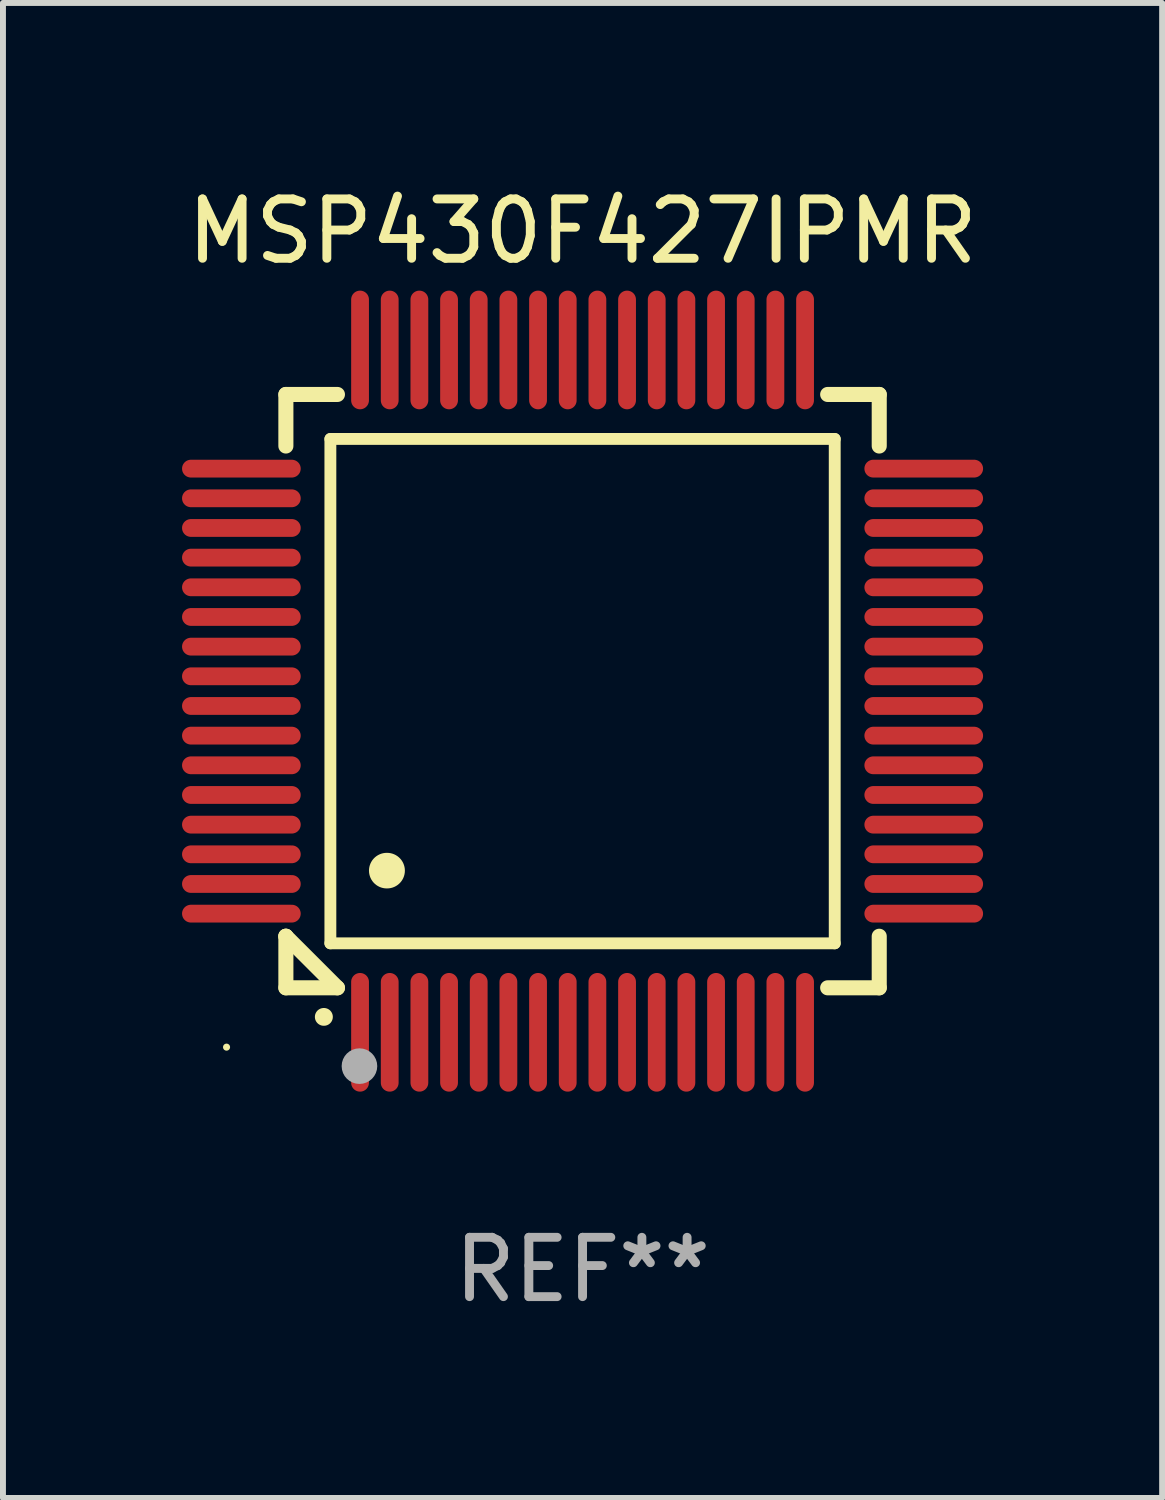
<source format=kicad_pcb>
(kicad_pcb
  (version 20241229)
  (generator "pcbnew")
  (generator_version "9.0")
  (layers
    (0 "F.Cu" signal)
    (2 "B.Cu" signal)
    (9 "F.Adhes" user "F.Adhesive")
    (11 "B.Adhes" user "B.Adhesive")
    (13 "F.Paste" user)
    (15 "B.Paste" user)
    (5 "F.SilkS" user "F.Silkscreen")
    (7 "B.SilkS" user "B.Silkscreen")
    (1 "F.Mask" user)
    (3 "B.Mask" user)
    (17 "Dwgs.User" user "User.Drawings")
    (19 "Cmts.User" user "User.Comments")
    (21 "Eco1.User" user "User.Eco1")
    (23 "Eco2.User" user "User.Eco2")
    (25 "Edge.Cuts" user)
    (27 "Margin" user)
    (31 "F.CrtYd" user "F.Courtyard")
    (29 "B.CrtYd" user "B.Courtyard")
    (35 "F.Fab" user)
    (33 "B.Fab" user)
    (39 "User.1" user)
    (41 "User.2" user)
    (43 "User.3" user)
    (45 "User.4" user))
  (footprint "MSP430F427IPMR"
    (layer "F.Cu")
    (at 6.768 8.598)
    (property "Reference" "MSP430F427IPMR" (at 0 -7.75 0) (layer "F.SilkS") (effects (font (size 1 1) (thickness 0.15))))
    (attr through_hole)
    (fp_line (start -5 -5) (end -4.131 -5) (stroke (width 0.254) (type solid)) (layer "F.SilkS"))
    (fp_line (start -5 -4.131) (end -5 -5) (stroke (width 0.254) (type solid)) (layer "F.SilkS"))
    (fp_line (start -5 4.131) (end -5 4.131) (stroke (width 0.254) (type solid)) (layer "F.SilkS"))
    (fp_line (start -5 5) (end -5 4.131) (stroke (width 0.254) (type solid)) (layer "F.SilkS"))
    (fp_line (start -5 4.131) (end -4.131 5) (stroke (width 0.254) (type solid)) (layer "F.SilkS"))
    (fp_line (start -4.25 -4.25) (end -4.25 4.25) (stroke (width 0.2) (type solid)) (layer "F.SilkS"))
    (fp_line (start -4.25 4.25) (end 4.25 4.25) (stroke (width 0.2) (type solid)) (layer "F.SilkS"))
    (fp_line (start -4.131 5) (end -5 5) (stroke (width 0.254) (type solid)) (layer "F.SilkS"))
    (fp_line (start 4.25 -4.25) (end -4.25 -4.25) (stroke (width 0.2) (type solid)) (layer "F.SilkS"))
    (fp_line (start 4.25 4.25) (end 4.25 -4.25) (stroke (width 0.2) (type solid)) (layer "F.SilkS"))
    (fp_line (start 5 -5) (end 4.131 -5) (stroke (width 0.254) (type solid)) (layer "F.SilkS"))
    (fp_line (start 5 -5) (end 5 -4.131) (stroke (width 0.254) (type solid)) (layer "F.SilkS"))
    (fp_line (start 5 4.131) (end 5 5) (stroke (width 0.254) (type solid)) (layer "F.SilkS"))
    (fp_line (start 5 5) (end 4.131 5) (stroke (width 0.254) (type solid)) (layer "F.SilkS"))
    (fp_arc (start -4.361265 5.489992) (mid -4.359995 5.489987) (end -4.358725 5.489992) (stroke (width 0.3) (type solid)) (layer "F.SilkS"))
    (fp_arc (start -3.299467 3.025146) (mid -3.296927 3.025135) (end -3.294387 3.025146) (stroke (width 0.6) (type solid)) (layer "F.SilkS"))
    (fp_circle (center -6 6) (end -5.97 6) (stroke (width 0.06) (type solid)) (fill no) (layer "F.SilkS"))
    (fp_circle (center -3.76 6.32) (end -3.61 6.32) (stroke (width 0.3) (type solid)) (fill no) (layer "F.Fab"))
    (fp_text user "REF**" (at 0 9.75 0) (layer "F.Fab") (effects (font (size 1 1) (thickness 0.15))))
    (pad "1" smd oval (at -3.75 5.75) (size 0.3 2) (layers "F.Cu" "F.Mask" "F.Paste"))
    (pad "2" smd oval (at -3.25 5.75) (size 0.3 2) (layers "F.Cu" "F.Mask" "F.Paste"))
    (pad "3" smd oval (at -2.75 5.75) (size 0.3 2) (layers "F.Cu" "F.Mask" "F.Paste"))
    (pad "4" smd oval (at -2.25 5.75) (size 0.3 2) (layers "F.Cu" "F.Mask" "F.Paste"))
    (pad "5" smd oval (at -1.75 5.75) (size 0.3 2) (layers "F.Cu" "F.Mask" "F.Paste"))
    (pad "6" smd oval (at -1.25 5.75) (size 0.3 2) (layers "F.Cu" "F.Mask" "F.Paste"))
    (pad "7" smd oval (at -0.75 5.75) (size 0.3 2) (layers "F.Cu" "F.Mask" "F.Paste"))
    (pad "8" smd oval (at -0.25 5.75) (size 0.3 2) (layers "F.Cu" "F.Mask" "F.Paste"))
    (pad "9" smd oval (at 0.25 5.75) (size 0.3 2) (layers "F.Cu" "F.Mask" "F.Paste"))
    (pad "10" smd oval (at 0.75 5.75) (size 0.3 2) (layers "F.Cu" "F.Mask" "F.Paste"))
    (pad "11" smd oval (at 1.25 5.75) (size 0.3 2) (layers "F.Cu" "F.Mask" "F.Paste"))
    (pad "12" smd oval (at 1.75 5.75) (size 0.3 2) (layers "F.Cu" "F.Mask" "F.Paste"))
    (pad "13" smd oval (at 2.25 5.75) (size 0.3 2) (layers "F.Cu" "F.Mask" "F.Paste"))
    (pad "14" smd oval (at 2.75 5.75) (size 0.3 2) (layers "F.Cu" "F.Mask" "F.Paste"))
    (pad "15" smd oval (at 3.25 5.75) (size 0.3 2) (layers "F.Cu" "F.Mask" "F.Paste"))
    (pad "16" smd oval (at 3.75 5.75) (size 0.3 2) (layers "F.Cu" "F.Mask" "F.Paste"))
    (pad "17" smd oval (at 5.75 3.75) (size 2 0.3) (layers "F.Cu" "F.Mask" "F.Paste"))
    (pad "18" smd oval (at 5.75 3.25) (size 2 0.3) (layers "F.Cu" "F.Mask" "F.Paste"))
    (pad "19" smd oval (at 5.75 2.75) (size 2 0.3) (layers "F.Cu" "F.Mask" "F.Paste"))
    (pad "20" smd oval (at 5.75 2.25) (size 2 0.3) (layers "F.Cu" "F.Mask" "F.Paste"))
    (pad "21" smd oval (at 5.75 1.75) (size 2 0.3) (layers "F.Cu" "F.Mask" "F.Paste"))
    (pad "22" smd oval (at 5.75 1.25) (size 2 0.3) (layers "F.Cu" "F.Mask" "F.Paste"))
    (pad "23" smd oval (at 5.75 0.75) (size 2 0.3) (layers "F.Cu" "F.Mask" "F.Paste"))
    (pad "24" smd oval (at 5.75 0.25) (size 2 0.3) (layers "F.Cu" "F.Mask" "F.Paste"))
    (pad "25" smd oval (at 5.75 -0.25) (size 2 0.3) (layers "F.Cu" "F.Mask" "F.Paste"))
    (pad "26" smd oval (at 5.75 -0.75) (size 2 0.3) (layers "F.Cu" "F.Mask" "F.Paste"))
    (pad "27" smd oval (at 5.75 -1.25) (size 2 0.3) (layers "F.Cu" "F.Mask" "F.Paste"))
    (pad "28" smd oval (at 5.75 -1.75) (size 2 0.3) (layers "F.Cu" "F.Mask" "F.Paste"))
    (pad "29" smd oval (at 5.75 -2.25) (size 2 0.3) (layers "F.Cu" "F.Mask" "F.Paste"))
    (pad "30" smd oval (at 5.75 -2.75) (size 2 0.3) (layers "F.Cu" "F.Mask" "F.Paste"))
    (pad "31" smd oval (at 5.75 -3.25) (size 2 0.3) (layers "F.Cu" "F.Mask" "F.Paste"))
    (pad "32" smd oval (at 5.75 -3.75) (size 2 0.3) (layers "F.Cu" "F.Mask" "F.Paste"))
    (pad "33" smd oval (at 3.75 -5.75) (size 0.3 2) (layers "F.Cu" "F.Mask" "F.Paste"))
    (pad "34" smd oval (at 3.25 -5.75) (size 0.3 2) (layers "F.Cu" "F.Mask" "F.Paste"))
    (pad "35" smd oval (at 2.75 -5.75) (size 0.3 2) (layers "F.Cu" "F.Mask" "F.Paste"))
    (pad "36" smd oval (at 2.25 -5.75) (size 0.3 2) (layers "F.Cu" "F.Mask" "F.Paste"))
    (pad "37" smd oval (at 1.75 -5.75) (size 0.3 2) (layers "F.Cu" "F.Mask" "F.Paste"))
    (pad "38" smd oval (at 1.25 -5.75) (size 0.3 2) (layers "F.Cu" "F.Mask" "F.Paste"))
    (pad "39" smd oval (at 0.75 -5.75) (size 0.3 2) (layers "F.Cu" "F.Mask" "F.Paste"))
    (pad "40" smd oval (at 0.25 -5.75) (size 0.3 2) (layers "F.Cu" "F.Mask" "F.Paste"))
    (pad "41" smd oval (at -0.25 -5.75) (size 0.3 2) (layers "F.Cu" "F.Mask" "F.Paste"))
    (pad "42" smd oval (at -0.75 -5.75) (size 0.3 2) (layers "F.Cu" "F.Mask" "F.Paste"))
    (pad "43" smd oval (at -1.25 -5.75) (size 0.3 2) (layers "F.Cu" "F.Mask" "F.Paste"))
    (pad "44" smd oval (at -1.75 -5.75) (size 0.3 2) (layers "F.Cu" "F.Mask" "F.Paste"))
    (pad "45" smd oval (at -2.25 -5.75) (size 0.3 2) (layers "F.Cu" "F.Mask" "F.Paste"))
    (pad "46" smd oval (at -2.75 -5.75) (size 0.3 2) (layers "F.Cu" "F.Mask" "F.Paste"))
    (pad "47" smd oval (at -3.25 -5.75) (size 0.3 2) (layers "F.Cu" "F.Mask" "F.Paste"))
    (pad "48" smd oval (at -3.75 -5.75) (size 0.3 2) (layers "F.Cu" "F.Mask" "F.Paste"))
    (pad "49" smd oval (at -5.75 -3.75) (size 2 0.3) (layers "F.Cu" "F.Mask" "F.Paste"))
    (pad "50" smd oval (at -5.75 -3.25) (size 2 0.3) (layers "F.Cu" "F.Mask" "F.Paste"))
    (pad "51" smd oval (at -5.75 -2.75) (size 2 0.3) (layers "F.Cu" "F.Mask" "F.Paste"))
    (pad "52" smd oval (at -5.75 -2.25) (size 2 0.3) (layers "F.Cu" "F.Mask" "F.Paste"))
    (pad "53" smd oval (at -5.75 -1.75) (size 2 0.3) (layers "F.Cu" "F.Mask" "F.Paste"))
    (pad "54" smd oval (at -5.75 -1.25) (size 2 0.3) (layers "F.Cu" "F.Mask" "F.Paste"))
    (pad "55" smd oval (at -5.75 -0.75) (size 2 0.3) (layers "F.Cu" "F.Mask" "F.Paste"))
    (pad "56" smd oval (at -5.75 -0.25) (size 2 0.3) (layers "F.Cu" "F.Mask" "F.Paste"))
    (pad "57" smd oval (at -5.75 0.25) (size 2 0.3) (layers "F.Cu" "F.Mask" "F.Paste"))
    (pad "58" smd oval (at -5.75 0.75) (size 2 0.3) (layers "F.Cu" "F.Mask" "F.Paste"))
    (pad "59" smd oval (at -5.75 1.25) (size 2 0.3) (layers "F.Cu" "F.Mask" "F.Paste"))
    (pad "60" smd oval (at -5.75 1.75) (size 2 0.3) (layers "F.Cu" "F.Mask" "F.Paste"))
    (pad "61" smd oval (at -5.75 2.25) (size 2 0.3) (layers "F.Cu" "F.Mask" "F.Paste"))
    (pad "62" smd oval (at -5.75 2.75) (size 2 0.3) (layers "F.Cu" "F.Mask" "F.Paste"))
    (pad "63" smd oval (at -5.75 3.25) (size 2 0.3) (layers "F.Cu" "F.Mask" "F.Paste"))
    (pad "64" smd oval (at -5.75 3.75) (size 2 0.3) (layers "F.Cu" "F.Mask" "F.Paste")))
  (gr_rect
    (start -3 -3)
    (end 16.536 22.196)
    (stroke (width 0.1) (type default))
    (fill no)
    (layer "Edge.Cuts")))
</source>
